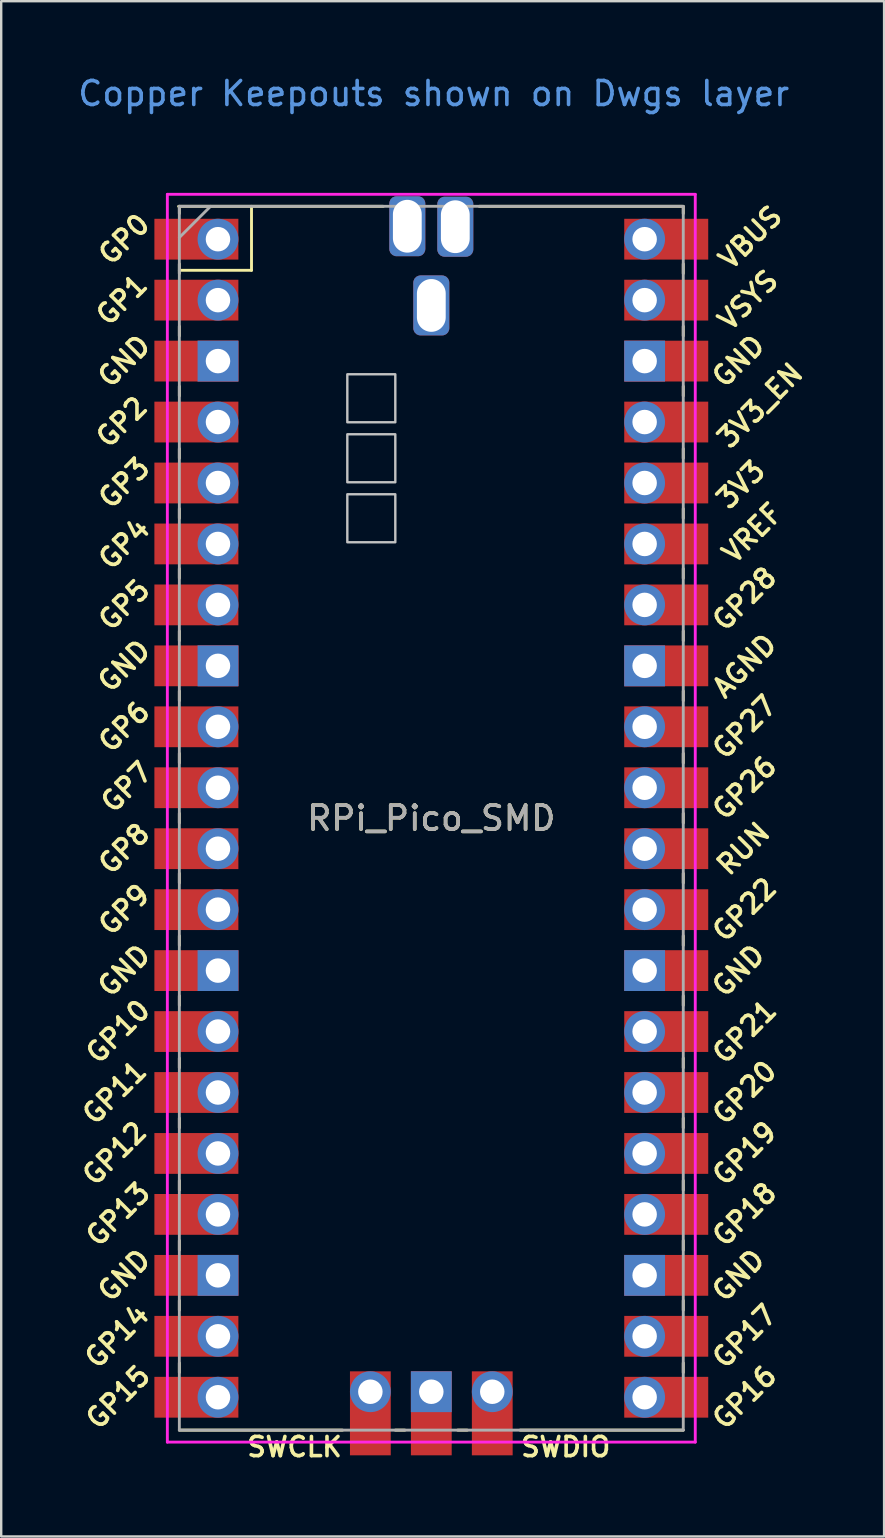
<source format=kicad_pcb>
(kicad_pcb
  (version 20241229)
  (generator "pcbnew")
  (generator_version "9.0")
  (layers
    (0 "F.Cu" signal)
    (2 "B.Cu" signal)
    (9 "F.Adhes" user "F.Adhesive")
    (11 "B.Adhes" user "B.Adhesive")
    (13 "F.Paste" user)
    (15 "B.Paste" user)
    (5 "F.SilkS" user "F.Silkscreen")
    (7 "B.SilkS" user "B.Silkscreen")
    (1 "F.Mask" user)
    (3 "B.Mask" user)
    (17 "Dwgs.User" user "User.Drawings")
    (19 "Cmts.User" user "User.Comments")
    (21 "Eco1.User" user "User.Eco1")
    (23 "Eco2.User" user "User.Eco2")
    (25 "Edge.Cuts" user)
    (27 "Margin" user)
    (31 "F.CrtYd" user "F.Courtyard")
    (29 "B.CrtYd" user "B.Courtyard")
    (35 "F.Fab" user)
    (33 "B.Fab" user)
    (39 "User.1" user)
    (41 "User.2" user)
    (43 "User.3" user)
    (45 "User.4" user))
  (footprint "RPi_Pico_SMD"
    (layer "F.Cu")
    (at 14.924 31.048)
    (property "Reference" "RPi_Pico_SMD" (at 0 0 0) (layer "F.SilkS") (effects (font (size 1 1) (thickness 0.15))))
    (attr smd)
    (fp_line (start -10.5 -25.5) (end -10.5 -25.2) (stroke (width 0.12) (type solid)) (layer "F.SilkS"))
    (fp_line (start -10.5 -23.1) (end -10.5 -22.7) (stroke (width 0.12) (type solid)) (layer "F.SilkS"))
    (fp_line (start -10.5 -22.833) (end -7.493 -22.833) (stroke (width 0.12) (type solid)) (layer "F.SilkS"))
    (fp_line (start -10.5 -20.5) (end -10.5 -20.1) (stroke (width 0.12) (type solid)) (layer "F.SilkS"))
    (fp_line (start -10.5 -18) (end -10.5 -17.6) (stroke (width 0.12) (type solid)) (layer "F.SilkS"))
    (fp_line (start -10.5 -15.4) (end -10.5 -15) (stroke (width 0.12) (type solid)) (layer "F.SilkS"))
    (fp_line (start -10.5 -12.9) (end -10.5 -12.5) (stroke (width 0.12) (type solid)) (layer "F.SilkS"))
    (fp_line (start -10.5 -10.4) (end -10.5 -10) (stroke (width 0.12) (type solid)) (layer "F.SilkS"))
    (fp_line (start -10.5 -7.8) (end -10.5 -7.4) (stroke (width 0.12) (type solid)) (layer "F.SilkS"))
    (fp_line (start -10.5 -5.3) (end -10.5 -4.9) (stroke (width 0.12) (type solid)) (layer "F.SilkS"))
    (fp_line (start -10.5 -2.7) (end -10.5 -2.3) (stroke (width 0.12) (type solid)) (layer "F.SilkS"))
    (fp_line (start -10.5 -0.2) (end -10.5 0.2) (stroke (width 0.12) (type solid)) (layer "F.SilkS"))
    (fp_line (start -10.5 2.3) (end -10.5 2.7) (stroke (width 0.12) (type solid)) (layer "F.SilkS"))
    (fp_line (start -10.5 4.9) (end -10.5 5.3) (stroke (width 0.12) (type solid)) (layer "F.SilkS"))
    (fp_line (start -10.5 7.4) (end -10.5 7.8) (stroke (width 0.12) (type solid)) (layer "F.SilkS"))
    (fp_line (start -10.5 10) (end -10.5 10.4) (stroke (width 0.12) (type solid)) (layer "F.SilkS"))
    (fp_line (start -10.5 12.5) (end -10.5 12.9) (stroke (width 0.12) (type solid)) (layer "F.SilkS"))
    (fp_line (start -10.5 15.1) (end -10.5 15.5) (stroke (width 0.12) (type solid)) (layer "F.SilkS"))
    (fp_line (start -10.5 17.6) (end -10.5 18) (stroke (width 0.12) (type solid)) (layer "F.SilkS"))
    (fp_line (start -10.5 20.1) (end -10.5 20.5) (stroke (width 0.12) (type solid)) (layer "F.SilkS"))
    (fp_line (start -10.5 22.7) (end -10.5 23.1) (stroke (width 0.12) (type solid)) (layer "F.SilkS"))
    (fp_line (start -7.493 -22.833) (end -7.493 -25.5) (stroke (width 0.12) (type solid)) (layer "F.SilkS"))
    (fp_line (start -3.7 25.5) (end -10.5 25.5) (stroke (width 0.12) (type solid)) (layer "F.SilkS"))
    (fp_line (start -2 -25.5) (end -10.53 -25.5) (stroke (width 0.12) (type solid)) (layer "F.SilkS"))
    (fp_line (start -1.5 25.5) (end -1.1 25.5) (stroke (width 0.12) (type solid)) (layer "F.SilkS"))
    (fp_line (start 1.1 25.5) (end 1.5 25.5) (stroke (width 0.12) (type solid)) (layer "F.SilkS"))
    (fp_line (start 10.47 -25.5) (end 2 -25.5) (stroke (width 0.12) (type solid)) (layer "F.SilkS"))
    (fp_line (start 10.5 -25.5) (end 10.5 -25.2) (stroke (width 0.12) (type solid)) (layer "F.SilkS"))
    (fp_line (start 10.5 -23.1) (end 10.5 -22.7) (stroke (width 0.12) (type solid)) (layer "F.SilkS"))
    (fp_line (start 10.5 -20.5) (end 10.5 -20.1) (stroke (width 0.12) (type solid)) (layer "F.SilkS"))
    (fp_line (start 10.5 -18) (end 10.5 -17.6) (stroke (width 0.12) (type solid)) (layer "F.SilkS"))
    (fp_line (start 10.5 -15.4) (end 10.5 -15) (stroke (width 0.12) (type solid)) (layer "F.SilkS"))
    (fp_line (start 10.5 -12.9) (end 10.5 -12.5) (stroke (width 0.12) (type solid)) (layer "F.SilkS"))
    (fp_line (start 10.5 -10.4) (end 10.5 -10) (stroke (width 0.12) (type solid)) (layer "F.SilkS"))
    (fp_line (start 10.5 -7.8) (end 10.5 -7.4) (stroke (width 0.12) (type solid)) (layer "F.SilkS"))
    (fp_line (start 10.5 -5.3) (end 10.5 -4.9) (stroke (width 0.12) (type solid)) (layer "F.SilkS"))
    (fp_line (start 10.5 -2.7) (end 10.5 -2.3) (stroke (width 0.12) (type solid)) (layer "F.SilkS"))
    (fp_line (start 10.5 -0.2) (end 10.5 0.2) (stroke (width 0.12) (type solid)) (layer "F.SilkS"))
    (fp_line (start 10.5 2.3) (end 10.5 2.7) (stroke (width 0.12) (type solid)) (layer "F.SilkS"))
    (fp_line (start 10.5 4.9) (end 10.5 5.3) (stroke (width 0.12) (type solid)) (layer "F.SilkS"))
    (fp_line (start 10.5 7.4) (end 10.5 7.8) (stroke (width 0.12) (type solid)) (layer "F.SilkS"))
    (fp_line (start 10.5 10) (end 10.5 10.4) (stroke (width 0.12) (type solid)) (layer "F.SilkS"))
    (fp_line (start 10.5 12.5) (end 10.5 12.9) (stroke (width 0.12) (type solid)) (layer "F.SilkS"))
    (fp_line (start 10.5 15.1) (end 10.5 15.5) (stroke (width 0.12) (type solid)) (layer "F.SilkS"))
    (fp_line (start 10.5 17.6) (end 10.5 18) (stroke (width 0.12) (type solid)) (layer "F.SilkS"))
    (fp_line (start 10.5 20.1) (end 10.5 20.5) (stroke (width 0.12) (type solid)) (layer "F.SilkS"))
    (fp_line (start 10.5 22.7) (end 10.5 23.1) (stroke (width 0.12) (type solid)) (layer "F.SilkS"))
    (fp_line (start 10.5 25.5) (end 3.7 25.5) (stroke (width 0.12) (type solid)) (layer "F.SilkS"))
    (fp_poly (pts (xy -1.5 -16.5) (xy -3.5 -16.5) (xy -3.5 -18.5) (xy -1.5 -18.5)) (stroke (width 0.1) (type solid)) (fill no) (layer "Dwgs.User"))
    (fp_poly (pts (xy -1.5 -14) (xy -3.5 -14) (xy -3.5 -16) (xy -1.5 -16)) (stroke (width 0.1) (type solid)) (fill no) (layer "Dwgs.User"))
    (fp_poly (pts (xy -1.5 -11.5) (xy -3.5 -11.5) (xy -3.5 -13.5) (xy -1.5 -13.5)) (stroke (width 0.1) (type solid)) (fill no) (layer "Dwgs.User"))
    (fp_line (start -11 -26) (end 11 -26) (stroke (width 0.12) (type solid)) (layer "F.CrtYd"))
    (fp_line (start -11 26) (end -11 -26) (stroke (width 0.12) (type solid)) (layer "F.CrtYd"))
    (fp_line (start 11 -26) (end 11 26) (stroke (width 0.12) (type solid)) (layer "F.CrtYd"))
    (fp_line (start 11 26) (end -11 26) (stroke (width 0.12) (type solid)) (layer "F.CrtYd"))
    (fp_line (start -10.5 -25.5) (end 10.5 -25.5) (stroke (width 0.12) (type solid)) (layer "F.Fab"))
    (fp_line (start -10.5 -24.2) (end -9.2 -25.5) (stroke (width 0.12) (type solid)) (layer "F.Fab"))
    (fp_line (start -10.5 25.5) (end -10.5 -25.5) (stroke (width 0.12) (type solid)) (layer "F.Fab"))
    (fp_line (start 10.5 -25.5) (end 10.5 25.5) (stroke (width 0.12) (type solid)) (layer "F.Fab"))
    (fp_line (start 10.5 25.5) (end -10.5 25.5) (stroke (width 0.12) (type solid)) (layer "F.Fab"))
    (fp_text user "GP3" (at -12.8 -13.97 45) (layer "F.SilkS") (effects (font (size 0.8 0.8) (thickness 0.15))))
    (fp_text user "GP11" (at -13.2 11.43 45) (layer "F.SilkS") (effects (font (size 0.8 0.8) (thickness 0.15))))
    (fp_text user "GP6" (at -12.8 -3.81 45) (layer "F.SilkS") (effects (font (size 0.8 0.8) (thickness 0.15))))
    (fp_text user "SWDIO" (at 5.6 26.2 0) (layer "F.SilkS") (effects (font (size 0.8 0.8) (thickness 0.15))))
    (fp_text user "GP19" (at 13.054 13.97 45) (layer "F.SilkS") (effects (font (size 0.8 0.8) (thickness 0.15))))
    (fp_text user "3V3_EN" (at 13.7 -17.2 45) (layer "F.SilkS") (effects (font (size 0.8 0.8) (thickness 0.15))))
    (fp_text user "GP1" (at -12.9 -21.6 45) (layer "F.SilkS") (effects (font (size 0.8 0.8) (thickness 0.15))))
    (fp_text user "GP12" (at -13.2 13.97 45) (layer "F.SilkS") (effects (font (size 0.8 0.8) (thickness 0.15))))
    (fp_text user "VREF" (at 13.375 -11.889 45) (layer "F.SilkS") (effects (font (size 0.8 0.8) (thickness 0.15))))
    (fp_text user "3V3" (at 12.9 -13.9 45) (layer "F.SilkS") (effects (font (size 0.8 0.8) (thickness 0.15))))
    (fp_text user "GP28" (at 13.054 -9.144 45) (layer "F.SilkS") (effects (font (size 0.8 0.8) (thickness 0.15))))
    (fp_text user "SWCLK" (at -5.7 26.2 0) (layer "F.SilkS") (effects (font (size 0.8 0.8) (thickness 0.15))))
    (fp_text user "GND" (at -12.8 -6.35 45) (layer "F.SilkS") (effects (font (size 0.8 0.8) (thickness 0.15))))
    (fp_text user "GP8" (at -12.8 1.27 45) (layer "F.SilkS") (effects (font (size 0.8 0.8) (thickness 0.15))))
    (fp_text user "GP9" (at -12.8 3.81 45) (layer "F.SilkS") (effects (font (size 0.8 0.8) (thickness 0.15))))
    (fp_text user "GP18" (at 13.054 16.51 45) (layer "F.SilkS") (effects (font (size 0.8 0.8) (thickness 0.15))))
    (fp_text user "GP5" (at -12.8 -8.89 45) (layer "F.SilkS") (effects (font (size 0.8 0.8) (thickness 0.15))))
    (fp_text user "RUN" (at 13 1.27 45) (layer "F.SilkS") (effects (font (size 0.8 0.8) (thickness 0.15))))
    (fp_text user "VSYS" (at 13.2 -21.59 45) (layer "F.SilkS") (effects (font (size 0.8 0.8) (thickness 0.15))))
    (fp_text user "GP26" (at 13.054 -1.27 45) (layer "F.SilkS") (effects (font (size 0.8 0.8) (thickness 0.15))))
    (fp_text user "GND" (at 12.8 -19.05 45) (layer "F.SilkS") (effects (font (size 0.8 0.8) (thickness 0.15))))
    (fp_text user "GP4" (at -12.8 -11.43 45) (layer "F.SilkS") (effects (font (size 0.8 0.8) (thickness 0.15))))
    (fp_text user "GND" (at -12.8 -19.05 45) (layer "F.SilkS") (effects (font (size 0.8 0.8) (thickness 0.15))))
    (fp_text user "GP13" (at -13.054 16.51 45) (layer "F.SilkS") (effects (font (size 0.8 0.8) (thickness 0.15))))
    (fp_text user "GP27" (at 13.054 -3.8 45) (layer "F.SilkS") (effects (font (size 0.8 0.8) (thickness 0.15))))
    (fp_text user "GND" (at 12.8 19.05 45) (layer "F.SilkS") (effects (font (size 0.8 0.8) (thickness 0.15))))
    (fp_text user "GND" (at -12.8 19.05 45) (layer "F.SilkS") (effects (font (size 0.8 0.8) (thickness 0.15))))
    (fp_text user "GP10" (at -13.054 8.89 45) (layer "F.SilkS") (effects (font (size 0.8 0.8) (thickness 0.15))))
    (fp_text user "GP15" (at -13.054 24.13 45) (layer "F.SilkS") (effects (font (size 0.8 0.8) (thickness 0.15))))
    (fp_text user "GND" (at 12.8 6.35 45) (layer "F.SilkS") (effects (font (size 0.8 0.8) (thickness 0.15))))
    (fp_text user "GP21" (at 13.054 8.9 45) (layer "F.SilkS") (effects (font (size 0.8 0.8) (thickness 0.15))))
    (fp_text user "GP7" (at -12.7 -1.3 45) (layer "F.SilkS") (effects (font (size 0.8 0.8) (thickness 0.15))))
    (fp_text user "GP17" (at 13.054 21.59 45) (layer "F.SilkS") (effects (font (size 0.8 0.8) (thickness 0.15))))
    (fp_text user "GND" (at -12.8 6.35 45) (layer "F.SilkS") (effects (font (size 0.8 0.8) (thickness 0.15))))
    (fp_text user "VBUS" (at 13.3 -24.2 45) (layer "F.SilkS") (effects (font (size 0.8 0.8) (thickness 0.15))))
    (fp_text user "GP16" (at 13.054 24.13 45) (layer "F.SilkS") (effects (font (size 0.8 0.8) (thickness 0.15))))
    (fp_text user "GP0" (at -12.8 -24.13 45) (layer "F.SilkS") (effects (font (size 0.8 0.8) (thickness 0.15))))
    (fp_text user "GP2" (at -12.9 -16.51 45) (layer "F.SilkS") (effects (font (size 0.8 0.8) (thickness 0.15))))
    (fp_text user "GP22" (at 13.054 3.81 45) (layer "F.SilkS") (effects (font (size 0.8 0.8) (thickness 0.15))))
    (fp_text user "GP14" (at -13.1 21.59 45) (layer "F.SilkS") (effects (font (size 0.8 0.8) (thickness 0.15))))
    (fp_text user "GP20" (at 13.054 11.43 45) (layer "F.SilkS") (effects (font (size 0.8 0.8) (thickness 0.15))))
    (fp_text user "AGND" (at 13.054 -6.35 45) (layer "F.SilkS") (effects (font (size 0.8 0.8) (thickness 0.15))))
    (fp_text user "Copper Keepouts shown on Dwgs layer" (at 0.1 -30.2 0) (layer "Cmts.User") (effects (font (size 1 1) (thickness 0.15))))
    (fp_text user "${REFERENCE}" (at 0 0 180) (layer "F.Fab") (effects (font (size 1 1) (thickness 0.15))))
    (pad "1" thru_hole oval (at -8.89 -24.13) (size 1.7 1.7) (drill 1.02) (layers "*.Cu" "*.Mask"))
    (pad "1" smd rect (at -8.89 -24.13) (size 3.5 1.7) (drill (offset -0.9 0)) (layers "F.Cu" "F.Mask"))
    (pad "2" thru_hole oval (at -8.89 -21.59) (size 1.7 1.7) (drill 1.02) (layers "*.Cu" "*.Mask"))
    (pad "2" smd rect (at -8.89 -21.59) (size 3.5 1.7) (drill (offset -0.9 0)) (layers "F.Cu" "F.Mask"))
    (pad "3" thru_hole rect (at -8.89 -19.05) (size 1.7 1.7) (drill 1.02) (layers "*.Cu" "*.Mask"))
    (pad "3" smd rect (at -8.89 -19.05) (size 3.5 1.7) (drill (offset -0.9 0)) (layers "F.Cu" "F.Mask"))
    (pad "4" thru_hole oval (at -8.89 -16.51) (size 1.7 1.7) (drill 1.02) (layers "*.Cu" "*.Mask"))
    (pad "4" smd rect (at -8.89 -16.51) (size 3.5 1.7) (drill (offset -0.9 0)) (layers "F.Cu" "F.Mask"))
    (pad "5" thru_hole oval (at -8.89 -13.97) (size 1.7 1.7) (drill 1.02) (layers "*.Cu" "*.Mask"))
    (pad "5" smd rect (at -8.89 -13.97) (size 3.5 1.7) (drill (offset -0.9 0)) (layers "F.Cu" "F.Mask"))
    (pad "6" thru_hole oval (at -8.89 -11.43) (size 1.7 1.7) (drill 1.02) (layers "*.Cu" "*.Mask"))
    (pad "6" smd rect (at -8.89 -11.43) (size 3.5 1.7) (drill (offset -0.9 0)) (layers "F.Cu" "F.Mask"))
    (pad "7" thru_hole oval (at -8.89 -8.89) (size 1.7 1.7) (drill 1.02) (layers "*.Cu" "*.Mask"))
    (pad "7" smd rect (at -8.89 -8.89) (size 3.5 1.7) (drill (offset -0.9 0)) (layers "F.Cu" "F.Mask"))
    (pad "8" thru_hole rect (at -8.89 -6.35) (size 1.7 1.7) (drill 1.02) (layers "*.Cu" "*.Mask"))
    (pad "8" smd rect (at -8.89 -6.35) (size 3.5 1.7) (drill (offset -0.9 0)) (layers "F.Cu" "F.Mask"))
    (pad "9" thru_hole oval (at -8.89 -3.81) (size 1.7 1.7) (drill 1.02) (layers "*.Cu" "*.Mask"))
    (pad "9" smd rect (at -8.89 -3.81) (size 3.5 1.7) (drill (offset -0.9 0)) (layers "F.Cu" "F.Mask"))
    (pad "10" thru_hole oval (at -8.89 -1.27) (size 1.7 1.7) (drill 1.02) (layers "*.Cu" "*.Mask"))
    (pad "10" smd rect (at -8.89 -1.27) (size 3.5 1.7) (drill (offset -0.9 0)) (layers "F.Cu" "F.Mask"))
    (pad "11" thru_hole oval (at -8.89 1.27) (size 1.7 1.7) (drill 1.02) (layers "*.Cu" "*.Mask"))
    (pad "11" smd rect (at -8.89 1.27) (size 3.5 1.7) (drill (offset -0.9 0)) (layers "F.Cu" "F.Mask"))
    (pad "12" thru_hole oval (at -8.89 3.81) (size 1.7 1.7) (drill 1.02) (layers "*.Cu" "*.Mask"))
    (pad "12" smd rect (at -8.89 3.81) (size 3.5 1.7) (drill (offset -0.9 0)) (layers "F.Cu" "F.Mask"))
    (pad "13" thru_hole rect (at -8.89 6.35) (size 1.7 1.7) (drill 1.02) (layers "*.Cu" "*.Mask"))
    (pad "13" smd rect (at -8.89 6.35) (size 3.5 1.7) (drill (offset -0.9 0)) (layers "F.Cu" "F.Mask"))
    (pad "14" thru_hole oval (at -8.89 8.89) (size 1.7 1.7) (drill 1.02) (layers "*.Cu" "*.Mask"))
    (pad "14" smd rect (at -8.89 8.89) (size 3.5 1.7) (drill (offset -0.9 0)) (layers "F.Cu" "F.Mask"))
    (pad "15" thru_hole oval (at -8.89 11.43) (size 1.7 1.7) (drill 1.02) (layers "*.Cu" "*.Mask"))
    (pad "15" smd rect (at -8.89 11.43) (size 3.5 1.7) (drill (offset -0.9 0)) (layers "F.Cu" "F.Mask"))
    (pad "16" thru_hole oval (at -8.89 13.97) (size 1.7 1.7) (drill 1.02) (layers "*.Cu" "*.Mask"))
    (pad "16" smd rect (at -8.89 13.97) (size 3.5 1.7) (drill (offset -0.9 0)) (layers "F.Cu" "F.Mask"))
    (pad "17" thru_hole oval (at -8.89 16.51) (size 1.7 1.7) (drill 1.02) (layers "*.Cu" "*.Mask"))
    (pad "17" smd rect (at -8.89 16.51) (size 3.5 1.7) (drill (offset -0.9 0)) (layers "F.Cu" "F.Mask"))
    (pad "18" thru_hole rect (at -8.89 19.05) (size 1.7 1.7) (drill 1.02) (layers "*.Cu" "*.Mask"))
    (pad "18" smd rect (at -8.89 19.05) (size 3.5 1.7) (drill (offset -0.9 0)) (layers "F.Cu" "F.Mask"))
    (pad "19" thru_hole oval (at -8.89 21.59) (size 1.7 1.7) (drill 1.02) (layers "*.Cu" "*.Mask"))
    (pad "19" smd rect (at -8.89 21.59) (size 3.5 1.7) (drill (offset -0.9 0)) (layers "F.Cu" "F.Mask"))
    (pad "20" thru_hole oval (at -8.89 24.13) (size 1.7 1.7) (drill 1.02) (layers "*.Cu" "*.Mask"))
    (pad "20" smd rect (at -8.89 24.13) (size 3.5 1.7) (drill (offset -0.9 0)) (layers "F.Cu" "F.Mask"))
    (pad "21" thru_hole oval (at 8.89 24.13) (size 1.7 1.7) (drill 1.02) (layers "*.Cu" "*.Mask"))
    (pad "21" smd rect (at 8.89 24.13) (size 3.5 1.7) (drill (offset 0.9 0)) (layers "F.Cu" "F.Mask"))
    (pad "22" thru_hole oval (at 8.89 21.59) (size 1.7 1.7) (drill 1.02) (layers "*.Cu" "*.Mask"))
    (pad "22" smd rect (at 8.89 21.59) (size 3.5 1.7) (drill (offset 0.9 0)) (layers "F.Cu" "F.Mask"))
    (pad "23" thru_hole rect (at 8.89 19.05) (size 1.7 1.7) (drill 1.02) (layers "*.Cu" "*.Mask"))
    (pad "23" smd rect (at 8.89 19.05) (size 3.5 1.7) (drill (offset 0.9 0)) (layers "F.Cu" "F.Mask"))
    (pad "24" thru_hole oval (at 8.89 16.51) (size 1.7 1.7) (drill 1.02) (layers "*.Cu" "*.Mask"))
    (pad "24" smd rect (at 8.89 16.51) (size 3.5 1.7) (drill (offset 0.9 0)) (layers "F.Cu" "F.Mask"))
    (pad "25" thru_hole oval (at 8.89 13.97) (size 1.7 1.7) (drill 1.02) (layers "*.Cu" "*.Mask"))
    (pad "25" smd rect (at 8.89 13.97) (size 3.5 1.7) (drill (offset 0.9 0)) (layers "F.Cu" "F.Mask"))
    (pad "26" thru_hole oval (at 8.89 11.43) (size 1.7 1.7) (drill 1.02) (layers "*.Cu" "*.Mask"))
    (pad "26" smd rect (at 8.89 11.43) (size 3.5 1.7) (drill (offset 0.9 0)) (layers "F.Cu" "F.Mask"))
    (pad "27" thru_hole oval (at 8.89 8.89) (size 1.7 1.7) (drill 1.02) (layers "*.Cu" "*.Mask"))
    (pad "27" smd rect (at 8.89 8.89) (size 3.5 1.7) (drill (offset 0.9 0)) (layers "F.Cu" "F.Mask"))
    (pad "28" thru_hole rect (at 8.89 6.35) (size 1.7 1.7) (drill 1.02) (layers "*.Cu" "*.Mask"))
    (pad "28" smd rect (at 8.89 6.35) (size 3.5 1.7) (drill (offset 0.9 0)) (layers "F.Cu" "F.Mask"))
    (pad "29" thru_hole oval (at 8.89 3.81) (size 1.7 1.7) (drill 1.02) (layers "*.Cu" "*.Mask"))
    (pad "29" smd rect (at 8.89 3.81) (size 3.5 1.7) (drill (offset 0.9 0)) (layers "F.Cu" "F.Mask"))
    (pad "30" thru_hole oval (at 8.89 1.27) (size 1.7 1.7) (drill 1.02) (layers "*.Cu" "*.Mask"))
    (pad "30" smd rect (at 8.89 1.27) (size 3.5 1.7) (drill (offset 0.9 0)) (layers "F.Cu" "F.Mask"))
    (pad "31" thru_hole oval (at 8.89 -1.27) (size 1.7 1.7) (drill 1.02) (layers "*.Cu" "*.Mask"))
    (pad "31" smd rect (at 8.89 -1.27) (size 3.5 1.7) (drill (offset 0.9 0)) (layers "F.Cu" "F.Mask"))
    (pad "32" thru_hole oval (at 8.89 -3.81) (size 1.7 1.7) (drill 1.02) (layers "*.Cu" "*.Mask"))
    (pad "32" smd rect (at 8.89 -3.81) (size 3.5 1.7) (drill (offset 0.9 0)) (layers "F.Cu" "F.Mask"))
    (pad "33" thru_hole rect (at 8.89 -6.35) (size 1.7 1.7) (drill 1.02) (layers "*.Cu" "*.Mask"))
    (pad "33" smd rect (at 8.89 -6.35) (size 3.5 1.7) (drill (offset 0.9 0)) (layers "F.Cu" "F.Mask"))
    (pad "34" thru_hole oval (at 8.89 -8.89) (size 1.7 1.7) (drill 1.02) (layers "*.Cu" "*.Mask"))
    (pad "34" smd rect (at 8.89 -8.89) (size 3.5 1.7) (drill (offset 0.9 0)) (layers "F.Cu" "F.Mask"))
    (pad "35" thru_hole oval (at 8.89 -11.43) (size 1.7 1.7) (drill 1.02) (layers "*.Cu" "*.Mask"))
    (pad "35" smd rect (at 8.89 -11.43) (size 3.5 1.7) (drill (offset 0.9 0)) (layers "F.Cu" "F.Mask"))
    (pad "36" thru_hole oval (at 8.89 -13.97) (size 1.7 1.7) (drill 1.02) (layers "*.Cu" "*.Mask"))
    (pad "36" smd rect (at 8.89 -13.97) (size 3.5 1.7) (drill (offset 0.9 0)) (layers "F.Cu" "F.Mask"))
    (pad "37" thru_hole oval (at 8.89 -16.51) (size 1.7 1.7) (drill 1.02) (layers "*.Cu" "*.Mask"))
    (pad "37" smd rect (at 8.89 -16.51) (size 3.5 1.7) (drill (offset 0.9 0)) (layers "F.Cu" "F.Mask"))
    (pad "38" thru_hole rect (at 8.89 -19.05) (size 1.7 1.7) (drill 1.02) (layers "*.Cu" "*.Mask"))
    (pad "38" smd rect (at 8.89 -19.05) (size 3.5 1.7) (drill (offset 0.9 0)) (layers "F.Cu" "F.Mask"))
    (pad "39" thru_hole oval (at 8.89 -21.59) (size 1.7 1.7) (drill 1.02) (layers "*.Cu" "*.Mask"))
    (pad "39" smd rect (at 8.89 -21.59) (size 3.5 1.7) (drill (offset 0.9 0)) (layers "F.Cu" "F.Mask"))
    (pad "40" thru_hole oval (at 8.89 -24.13) (size 1.7 1.7) (drill 1.02) (layers "*.Cu" "*.Mask"))
    (pad "40" smd rect (at 8.89 -24.13) (size 3.5 1.7) (drill (offset 0.9 0)) (layers "F.Cu" "F.Mask"))
    (pad "41" thru_hole oval (at -2.54 23.9) (size 1.7 1.7) (drill 1.02) (layers "*.Cu" "*.Mask"))
    (pad "41" smd rect (at -2.54 23.9 90) (size 3.5 1.7) (drill (offset -0.9 0)) (layers "F.Cu" "F.Mask"))
    (pad "42" thru_hole rect (at 0 23.9) (size 1.7 1.7) (drill 1.02) (layers "*.Cu" "*.Mask"))
    (pad "42" smd rect (at 0 23.9 90) (size 3.5 1.7) (drill (offset -0.9 0)) (layers "F.Cu" "F.Mask"))
    (pad "43" thru_hole oval (at 2.54 23.9) (size 1.7 1.7) (drill 1.02) (layers "*.Cu" "*.Mask"))
    (pad "43" smd rect (at 2.54 23.9 90) (size 3.5 1.7) (drill (offset -0.9 0)) (layers "F.Cu" "F.Mask"))
    (pad "TP1" thru_hole roundrect (at 0 -21.37) (size 1.5 2.5) (drill oval 1.2 2.2) (layers "*.Cu" "*.Mask") (roundrect_rratio 0.2))
    (pad "TP2" thru_hole roundrect (at 1 -24.65) (size 1.5 2.5) (drill oval 1.2 2.2) (layers "*.Cu" "*.Mask") (roundrect_rratio 0.2))
    (pad "TP3" thru_hole roundrect (at -1 -24.67) (size 1.5 2.5) (drill oval 1.2 2.2) (layers "*.Cu" "*.Mask") (roundrect_rratio 0.2)))
  (gr_rect
    (start -3 -3)
    (end 33.793 60.98)
    (stroke (width 0.1) (type default))
    (fill no)
    (layer "Edge.Cuts")))
</source>
